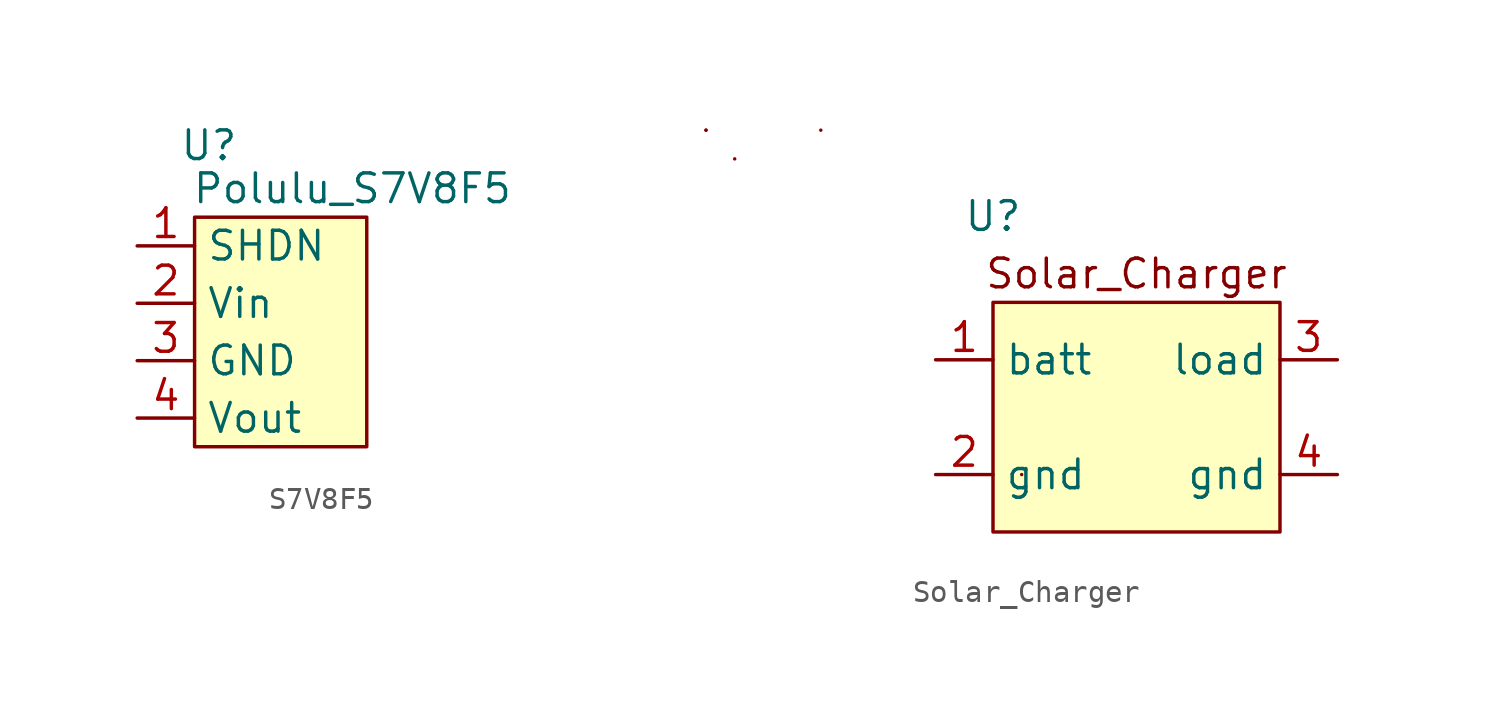
<source format=kicad_sym>
(kicad_symbol_lib
  (version 20220914)
  (generator kicad_symbol_editor)
  (symbol "S7V8F5"
    (property "Reference" "U"
      (at -3.175 8.255 0)
      (effects (font (size 1.27 1.27))))
    (property "Value" "Polulu_S7V8F5"
      (at 3.175 6.35 0)
      (effects (font (size 1.27 1.27))))
    (symbol "S7V8F5_1_1"
      (rectangle (start -3.81 5.08) (end 3.81 -5.08) (stroke (width 0) (type default)) (fill (type background)))
      (pin input line (at -6.35 3.81 0) (length 2.54) (name "SHDN" (effects (font (size 1.27 1.27)))) (number "1" (effects (font (size 1.27 1.27)))))
      (pin input line (at -6.35 1.27 0) (length 2.54) (name "Vin" (effects (font (size 1.27 1.27)))) (number "2" (effects (font (size 1.27 1.27)))))
      (pin input line (at -6.35 -1.27 0) (length 2.54) (name "GND" (effects (font (size 1.27 1.27)))) (number "3" (effects (font (size 1.27 1.27)))))
      (pin input line (at -6.35 -3.81 0) (length 2.54) (name "Vout" (effects (font (size 1.27 1.27)))) (number "4" (effects (font (size 1.27 1.27)))))))
  (symbol "Solar_Charger"
    (property "Reference" "U"
      (at -6.35 8.89 0)
      (effects (font (size 1.27 1.27))))
    (property "Value" ""
      (at -5.08 5.08 0)
      (effects (font (size 1.27 1.27))))
    (symbol "Solar_Charger_0_1"
      (rectangle (start -19.05 12.7) (end -19.05 12.7) (stroke (width 0) (type default)) (fill (type none)))
      (rectangle (start -19.05 12.7) (end -19.05 12.7) (stroke (width 0) (type default)) (fill (type none)))
      (rectangle (start -17.78 11.43) (end -17.78 11.43) (stroke (width 0) (type default)) (fill (type none)))
      (rectangle (start -13.97 12.7) (end -13.97 12.7) (stroke (width 0) (type default)) (fill (type none)))
      (rectangle (start -5.08 -2.54) (end -5.08 -2.54) (stroke (width 0) (type default)) (fill (type none))))
    (symbol "Solar_Charger_1_1"
      (rectangle (start -6.35 5.08) (end 6.35 -5.08) (stroke (width 0) (type default)) (fill (type background)))
      (text "Solar_Charger" (at 0 6.35 0) (effects (font (size 1.27 1.27))))
      (pin output line (at -8.89 2.54 0) (length 2.54) (name "batt" (effects (font (size 1.27 1.27)))) (number "1" (effects (font (size 1.27 1.27)))))
      (pin output line (at -8.89 -2.54 0) (length 2.54) (name "gnd" (effects (font (size 1.27 1.27)))) (number "2" (effects (font (size 1.27 1.27)))))
      (pin output line (at 8.89 2.54 180) (length 2.54) (name "load" (effects (font (size 1.27 1.27)))) (number "3" (effects (font (size 1.27 1.27)))))
      (pin output line (at 8.89 -2.54 180) (length 2.54) (name "gnd" (effects (font (size 1.27 1.27)))) (number "4" (effects (font (size 1.27 1.27))))))))
</source>
